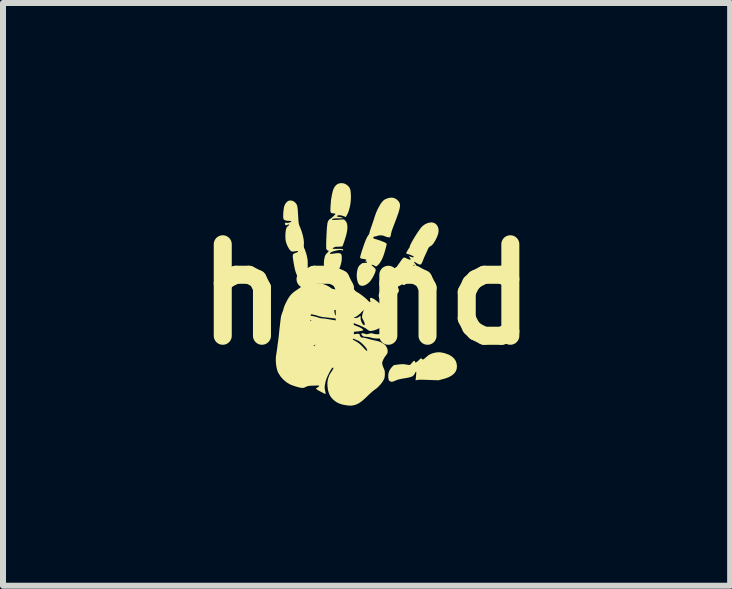
<source format=kicad_pcb>
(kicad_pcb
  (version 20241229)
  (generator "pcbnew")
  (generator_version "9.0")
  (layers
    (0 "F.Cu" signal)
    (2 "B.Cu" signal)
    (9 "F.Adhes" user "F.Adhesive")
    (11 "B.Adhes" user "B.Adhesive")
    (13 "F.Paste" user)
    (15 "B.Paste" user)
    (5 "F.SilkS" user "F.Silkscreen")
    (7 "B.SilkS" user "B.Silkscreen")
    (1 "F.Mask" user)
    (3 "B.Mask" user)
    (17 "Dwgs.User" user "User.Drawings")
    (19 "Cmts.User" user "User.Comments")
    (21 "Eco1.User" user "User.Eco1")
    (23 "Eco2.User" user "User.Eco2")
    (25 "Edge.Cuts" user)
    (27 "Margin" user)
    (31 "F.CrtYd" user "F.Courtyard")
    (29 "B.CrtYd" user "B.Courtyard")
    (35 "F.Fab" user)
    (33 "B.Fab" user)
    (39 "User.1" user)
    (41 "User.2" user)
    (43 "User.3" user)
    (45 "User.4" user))
  (footprint "hand"
    (layer "F.Cu")
    (at 3.055 1.853)
    (property "Reference" "hand" (at 0 0 0) (layer "F.SilkS") (effects (font (size 1.524 1.524) (thickness 0.3))))
    (attr board_only exclude_from_pos_files exclude_from_bom)
    (fp_poly (pts (xy -0.048 0.65) (xy -0.024 0.657) (xy -0.007 0.663) (xy 0.006 0.664) (xy 0.021 0.661) (xy 0.034 0.657) (xy 0.06 0.65) (xy 0.082 0.648) (xy 0.103 0.651) (xy 0.118 0.656) (xy 0.144 0.662) (xy 0.178 0.664) (xy 0.194 0.664) (xy 0.218 0.663) (xy 0.233 0.663) (xy 0.241 0.665) (xy 0.245 0.67) (xy 0.247 0.677) (xy 0.248 0.696) (xy 0.242 0.715) (xy 0.232 0.728) (xy 0.229 0.73) (xy 0.214 0.734) (xy 0.191 0.736) (xy 0.163 0.735) (xy 0.134 0.733) (xy 0.107 0.729) (xy 0.085 0.724) (xy 0.082 0.723) (xy 0.059 0.716) (xy 0.03 0.711) (xy 0.009 0.708) (xy -0.014 0.706) (xy -0.033 0.705) (xy -0.044 0.703) (xy -0.058 0.696) (xy -0.073 0.684) (xy -0.084 0.67) (xy -0.088 0.659) (xy -0.083 0.65) (xy -0.069 0.647)) (stroke (width 0) (type solid)) (fill yes) (layer "F.SilkS"))
    (fp_poly (pts (xy 1.25 0.968) (xy 1.298 0.979) (xy 1.318 0.985) (xy 1.374 1.006) (xy 1.42 1.034) (xy 1.457 1.067) (xy 1.484 1.106) (xy 1.5 1.15) (xy 1.506 1.198) (xy 1.506 1.2) (xy 1.501 1.244) (xy 1.485 1.284) (xy 1.458 1.32) (xy 1.42 1.351) (xy 1.372 1.378) (xy 1.313 1.4) (xy 1.27 1.412) (xy 1.197 1.431) (xy 1.062 1.426) (xy 1.011 1.424) (xy 0.97 1.423) (xy 0.938 1.422) (xy 0.913 1.421) (xy 0.893 1.422) (xy 0.878 1.422) (xy 0.864 1.423) (xy 0.852 1.425) (xy 0.845 1.426) (xy 0.816 1.431) (xy 0.82 1.4) (xy 0.824 1.359) (xy 0.827 1.328) (xy 0.828 1.307) (xy 0.828 1.294) (xy 0.826 1.289) (xy 0.824 1.289) (xy 0.818 1.293) (xy 0.81 1.306) (xy 0.806 1.314) (xy 0.795 1.334) (xy 0.783 1.35) (xy 0.769 1.362) (xy 0.749 1.372) (xy 0.723 1.38) (xy 0.689 1.388) (xy 0.65 1.395) (xy 0.601 1.403) (xy 0.562 1.411) (xy 0.531 1.418) (xy 0.506 1.426) (xy 0.486 1.434) (xy 0.477 1.438) (xy 0.447 1.451) (xy 0.423 1.456) (xy 0.402 1.453) (xy 0.397 1.451) (xy 0.382 1.442) (xy 0.372 1.429) (xy 0.366 1.411) (xy 0.362 1.383) (xy 0.362 1.382) (xy 0.362 1.333) (xy 0.374 1.285) (xy 0.397 1.242) (xy 0.427 1.205) (xy 0.456 1.178) (xy 0.529 1.168) (xy 0.562 1.165) (xy 0.587 1.163) (xy 0.608 1.162) (xy 0.628 1.164) (xy 0.651 1.167) (xy 0.656 1.168) (xy 0.681 1.172) (xy 0.702 1.175) (xy 0.716 1.176) (xy 0.719 1.177) (xy 0.727 1.172) (xy 0.739 1.161) (xy 0.754 1.144) (xy 0.756 1.141) (xy 0.772 1.122) (xy 0.784 1.111) (xy 0.794 1.107) (xy 0.796 1.107) (xy 0.806 1.112) (xy 0.807 1.122) (xy 0.809 1.132) (xy 0.817 1.135) (xy 0.831 1.129) (xy 0.848 1.117) (xy 0.868 1.099) (xy 0.875 1.092) (xy 0.892 1.075) (xy 0.906 1.067) (xy 0.916 1.068) (xy 0.926 1.077) (xy 0.926 1.077) (xy 0.933 1.086) (xy 0.942 1.085) (xy 0.948 1.082) (xy 0.959 1.074) (xy 0.975 1.061) (xy 0.991 1.047) (xy 1.024 1.019) (xy 1.056 0.999) (xy 1.091 0.984) (xy 1.126 0.974) (xy 1.168 0.966) (xy 1.208 0.964)) (stroke (width 0) (type solid)) (fill yes) (layer "F.SilkS"))
    (fp_poly (pts (xy -1.234 -1.558) (xy -1.204 -1.543) (xy -1.179 -1.519) (xy -1.167 -1.502) (xy -1.162 -1.493) (xy -1.158 -1.484) (xy -1.155 -1.472) (xy -1.152 -1.457) (xy -1.149 -1.438) (xy -1.146 -1.412) (xy -1.144 -1.379) (xy -1.141 -1.337) (xy -1.138 -1.286) (xy -1.136 -1.259) (xy -1.134 -1.225) (xy -1.131 -1.199) (xy -1.128 -1.179) (xy -1.124 -1.161) (xy -1.117 -1.143) (xy -1.108 -1.12) (xy -1.107 -1.118) (xy -1.081 -1.05) (xy -1.062 -0.985) (xy -1.049 -0.924) (xy -1.043 -0.869) (xy -1.044 -0.829) (xy -1.045 -0.806) (xy -1.044 -0.789) (xy -1.039 -0.772) (xy -1.03 -0.752) (xy -1.022 -0.731) (xy -1.012 -0.702) (xy -1.002 -0.67) (xy -0.996 -0.647) (xy -0.99 -0.619) (xy -0.985 -0.595) (xy -0.982 -0.572) (xy -0.98 -0.546) (xy -0.98 -0.515) (xy -0.98 -0.485) (xy -0.98 -0.447) (xy -0.981 -0.419) (xy -0.982 -0.397) (xy -0.985 -0.381) (xy -0.989 -0.367) (xy -0.99 -0.362) (xy -1.006 -0.332) (xy -1.026 -0.307) (xy -1.049 -0.289) (xy -1.073 -0.279) (xy -1.096 -0.279) (xy -1.1 -0.28) (xy -1.126 -0.29) (xy -1.144 -0.3) (xy -1.156 -0.314) (xy -1.164 -0.329) (xy -1.177 -0.363) (xy -1.19 -0.405) (xy -1.201 -0.454) (xy -1.212 -0.513) (xy -1.223 -0.581) (xy -1.228 -0.616) (xy -1.229 -0.641) (xy -1.226 -0.659) (xy -1.219 -0.672) (xy -1.205 -0.681) (xy -1.185 -0.69) (xy -1.176 -0.692) (xy -1.154 -0.702) (xy -1.143 -0.711) (xy -1.142 -0.714) (xy -1.142 -0.721) (xy -1.147 -0.723) (xy -1.16 -0.722) (xy -1.166 -0.721) (xy -1.197 -0.716) (xy -1.219 -0.714) (xy -1.235 -0.713) (xy -1.246 -0.715) (xy -1.255 -0.72) (xy -1.265 -0.728) (xy -1.267 -0.729) (xy -1.281 -0.745) (xy -1.297 -0.769) (xy -1.312 -0.797) (xy -1.314 -0.8) (xy -1.331 -0.839) (xy -1.343 -0.876) (xy -1.35 -0.915) (xy -1.352 -0.959) (xy -1.351 -1.009) (xy -1.347 -1.053) (xy -1.341 -1.086) (xy -1.332 -1.111) (xy -1.32 -1.129) (xy -1.306 -1.14) (xy -1.294 -1.15) (xy -1.289 -1.158) (xy -1.292 -1.164) (xy -1.298 -1.165) (xy -1.309 -1.162) (xy -1.324 -1.155) (xy -1.324 -1.155) (xy -1.34 -1.15) (xy -1.352 -1.155) (xy -1.358 -1.17) (xy -1.359 -1.178) (xy -1.358 -1.189) (xy -1.353 -1.193) (xy -1.342 -1.193) (xy -1.337 -1.192) (xy -1.317 -1.191) (xy -1.295 -1.194) (xy -1.275 -1.199) (xy -1.26 -1.206) (xy -1.254 -1.214) (xy -1.254 -1.219) (xy -1.259 -1.222) (xy -1.272 -1.223) (xy -1.293 -1.224) (xy -1.294 -1.224) (xy -1.332 -1.227) (xy -1.36 -1.235) (xy -1.378 -1.248) (xy -1.383 -1.254) (xy -1.386 -1.268) (xy -1.388 -1.29) (xy -1.388 -1.319) (xy -1.387 -1.352) (xy -1.384 -1.386) (xy -1.38 -1.419) (xy -1.376 -1.447) (xy -1.371 -1.467) (xy -1.356 -1.503) (xy -1.335 -1.532) (xy -1.312 -1.552) (xy -1.296 -1.56) (xy -1.265 -1.564)) (stroke (width 0) (type solid)) (fill yes) (layer "F.SilkS"))
    (fp_poly (pts (xy 0.468 -1.601) (xy 0.502 -1.581) (xy 0.512 -1.573) (xy 0.538 -1.544) (xy 0.553 -1.515) (xy 0.558 -1.481) (xy 0.556 -1.459) (xy 0.551 -1.43) (xy 0.541 -1.391) (xy 0.526 -1.343) (xy 0.506 -1.287) (xy 0.482 -1.223) (xy 0.468 -1.186) (xy 0.451 -1.142) (xy 0.438 -1.107) (xy 0.428 -1.079) (xy 0.42 -1.056) (xy 0.414 -1.036) (xy 0.41 -1.016) (xy 0.406 -0.997) (xy 0.401 -0.972) (xy 0.394 -0.956) (xy 0.383 -0.95) (xy 0.366 -0.95) (xy 0.343 -0.955) (xy 0.32 -0.962) (xy 0.301 -0.969) (xy 0.29 -0.974) (xy 0.276 -0.979) (xy 0.254 -0.982) (xy 0.23 -0.983) (xy 0.206 -0.981) (xy 0.187 -0.978) (xy 0.179 -0.974) (xy 0.165 -0.968) (xy 0.149 -0.965) (xy 0.127 -0.963) (xy 0.115 -0.956) (xy 0.112 -0.947) (xy 0.114 -0.937) (xy 0.123 -0.929) (xy 0.14 -0.923) (xy 0.159 -0.918) (xy 0.18 -0.912) (xy 0.206 -0.903) (xy 0.236 -0.893) (xy 0.265 -0.881) (xy 0.292 -0.871) (xy 0.312 -0.861) (xy 0.321 -0.856) (xy 0.332 -0.846) (xy 0.335 -0.836) (xy 0.334 -0.827) (xy 0.33 -0.809) (xy 0.323 -0.784) (xy 0.316 -0.754) (xy 0.309 -0.731) (xy 0.29 -0.667) (xy 0.27 -0.613) (xy 0.248 -0.567) (xy 0.223 -0.526) (xy 0.21 -0.509) (xy 0.194 -0.492) (xy 0.178 -0.477) (xy 0.165 -0.468) (xy 0.158 -0.465) (xy 0.15 -0.468) (xy 0.137 -0.475) (xy 0.13 -0.48) (xy 0.112 -0.489) (xy 0.097 -0.493) (xy 0.093 -0.493) (xy 0.079 -0.491) (xy 0.096 -0.476) (xy 0.111 -0.463) (xy 0.128 -0.447) (xy 0.134 -0.441) (xy 0.146 -0.428) (xy 0.151 -0.417) (xy 0.152 -0.403) (xy 0.151 -0.395) (xy 0.145 -0.373) (xy 0.134 -0.344) (xy 0.119 -0.312) (xy 0.101 -0.279) (xy 0.082 -0.249) (xy 0.065 -0.223) (xy 0.058 -0.215) (xy 0.027 -0.185) (xy -0.006 -0.163) (xy -0.038 -0.148) (xy -0.068 -0.142) (xy -0.095 -0.145) (xy -0.117 -0.156) (xy -0.135 -0.178) (xy -0.148 -0.209) (xy -0.158 -0.247) (xy -0.163 -0.289) (xy -0.163 -0.335) (xy -0.158 -0.381) (xy -0.156 -0.393) (xy -0.147 -0.428) (xy -0.137 -0.454) (xy -0.123 -0.476) (xy -0.102 -0.496) (xy -0.095 -0.502) (xy -0.078 -0.515) (xy -0.064 -0.521) (xy -0.046 -0.524) (xy -0.036 -0.524) (xy -0.016 -0.525) (xy -0.001 -0.527) (xy 0.005 -0.529) (xy 0.01 -0.536) (xy 0.006 -0.543) (xy -0.006 -0.547) (xy -0.009 -0.547) (xy -0.021 -0.55) (xy -0.022 -0.555) (xy -0.013 -0.562) (xy -0.011 -0.562) (xy -0.003 -0.568) (xy -0.002 -0.573) (xy -0.007 -0.579) (xy -0.02 -0.584) (xy -0.042 -0.589) (xy -0.067 -0.592) (xy -0.088 -0.596) (xy -0.1 -0.601) (xy -0.106 -0.608) (xy -0.106 -0.61) (xy -0.107 -0.618) (xy -0.103 -0.635) (xy -0.097 -0.659) (xy -0.087 -0.694) (xy -0.073 -0.738) (xy -0.065 -0.76) (xy -0.046 -0.817) (xy -0.029 -0.865) (xy -0.014 -0.903) (xy -0.000152 -0.934) (xy 0.012 -0.958) (xy 0.024 -0.977) (xy 0.031 -0.986) (xy 0.042 -1.003) (xy 0.049 -1.024) (xy 0.05 -1.029) (xy 0.053 -1.044) (xy 0.06 -1.067) (xy 0.069 -1.095) (xy 0.08 -1.125) (xy 0.082 -1.132) (xy 0.095 -1.169) (xy 0.109 -1.211) (xy 0.123 -1.252) (xy 0.132 -1.283) (xy 0.159 -1.36) (xy 0.19 -1.429) (xy 0.226 -1.493) (xy 0.233 -1.505) (xy 0.256 -1.536) (xy 0.277 -1.56) (xy 0.298 -1.577) (xy 0.325 -1.59) (xy 0.344 -1.598) (xy 0.39 -1.61) (xy 0.43 -1.611)) (stroke (width 0) (type solid)) (fill yes) (layer "F.SilkS"))
    (fp_poly (pts (xy -0.376 -1.848) (xy -0.339 -1.831) (xy -0.306 -1.804) (xy -0.301 -1.799) (xy -0.288 -1.782) (xy -0.278 -1.765) (xy -0.271 -1.746) (xy -0.266 -1.723) (xy -0.263 -1.693) (xy -0.261 -1.654) (xy -0.26 -1.649) (xy -0.261 -1.589) (xy -0.266 -1.527) (xy -0.276 -1.467) (xy -0.29 -1.411) (xy -0.307 -1.361) (xy -0.327 -1.32) (xy -0.329 -1.316) (xy -0.347 -1.288) (xy -0.369 -1.298) (xy -0.408 -1.312) (xy -0.442 -1.318) (xy -0.469 -1.317) (xy -0.483 -1.312) (xy -0.493 -1.304) (xy -0.491 -1.298) (xy -0.478 -1.293) (xy -0.466 -1.291) (xy -0.444 -1.288) (xy -0.422 -1.283) (xy -0.416 -1.282) (xy -0.399 -1.277) (xy -0.394 -1.272) (xy -0.4 -1.269) (xy -0.417 -1.267) (xy -0.444 -1.266) (xy -0.466 -1.267) (xy -0.507 -1.266) (xy -0.539 -1.264) (xy -0.561 -1.259) (xy -0.573 -1.252) (xy -0.575 -1.245) (xy -0.573 -1.242) (xy -0.568 -1.241) (xy -0.558 -1.24) (xy -0.542 -1.24) (xy -0.519 -1.241) (xy -0.488 -1.242) (xy -0.448 -1.245) (xy -0.376 -1.249) (xy -0.356 -1.23) (xy -0.337 -1.206) (xy -0.325 -1.175) (xy -0.319 -1.138) (xy -0.319 -1.094) (xy -0.326 -1.042) (xy -0.34 -0.982) (xy -0.361 -0.913) (xy -0.369 -0.888) (xy -0.379 -0.859) (xy -0.388 -0.834) (xy -0.395 -0.814) (xy -0.4 -0.803) (xy -0.401 -0.802) (xy -0.411 -0.798) (xy -0.431 -0.795) (xy -0.463 -0.794) (xy -0.464 -0.794) (xy -0.492 -0.794) (xy -0.512 -0.792) (xy -0.527 -0.789) (xy -0.54 -0.783) (xy -0.544 -0.781) (xy -0.557 -0.772) (xy -0.565 -0.764) (xy -0.566 -0.762) (xy -0.559 -0.759) (xy -0.542 -0.758) (xy -0.516 -0.758) (xy -0.489 -0.758) (xy -0.451 -0.759) (xy -0.423 -0.757) (xy -0.404 -0.754) (xy -0.393 -0.749) (xy -0.389 -0.741) (xy -0.388 -0.738) (xy -0.391 -0.731) (xy -0.401 -0.732) (xy -0.401 -0.732) (xy -0.42 -0.738) (xy -0.437 -0.74) (xy -0.455 -0.739) (xy -0.479 -0.735) (xy -0.488 -0.733) (xy -0.527 -0.724) (xy -0.56 -0.714) (xy -0.585 -0.704) (xy -0.601 -0.694) (xy -0.606 -0.688) (xy -0.609 -0.678) (xy -0.607 -0.674) (xy -0.6 -0.674) (xy -0.583 -0.675) (xy -0.56 -0.678) (xy -0.537 -0.681) (xy -0.496 -0.686) (xy -0.464 -0.687) (xy -0.442 -0.683) (xy -0.426 -0.674) (xy -0.417 -0.658) (xy -0.413 -0.635) (xy -0.412 -0.611) (xy -0.415 -0.559) (xy -0.426 -0.507) (xy -0.442 -0.457) (xy -0.463 -0.412) (xy -0.488 -0.373) (xy -0.517 -0.342) (xy -0.534 -0.329) (xy -0.565 -0.315) (xy -0.597 -0.312) (xy -0.631 -0.32) (xy -0.645 -0.326) (xy -0.666 -0.338) (xy -0.681 -0.352) (xy -0.692 -0.372) (xy -0.7 -0.398) (xy -0.706 -0.434) (xy -0.706 -0.437) (xy -0.711 -0.503) (xy -0.708 -0.564) (xy -0.698 -0.619) (xy -0.697 -0.623) (xy -0.688 -0.648) (xy -0.677 -0.667) (xy -0.66 -0.686) (xy -0.658 -0.688) (xy -0.639 -0.707) (xy -0.631 -0.72) (xy -0.632 -0.728) (xy -0.64 -0.73) (xy -0.652 -0.734) (xy -0.662 -0.742) (xy -0.666 -0.748) (xy -0.669 -0.755) (xy -0.671 -0.766) (xy -0.672 -0.782) (xy -0.672 -0.805) (xy -0.672 -0.838) (xy -0.672 -0.852) (xy -0.671 -0.892) (xy -0.669 -0.939) (xy -0.667 -0.989) (xy -0.664 -1.037) (xy -0.663 -1.068) (xy -0.659 -1.117) (xy -0.655 -1.155) (xy -0.651 -1.185) (xy -0.645 -1.208) (xy -0.637 -1.226) (xy -0.627 -1.24) (xy -0.615 -1.251) (xy -0.605 -1.258) (xy -0.588 -1.27) (xy -0.569 -1.286) (xy -0.55 -1.303) (xy -0.534 -1.319) (xy -0.522 -1.332) (xy -0.518 -1.339) (xy -0.518 -1.34) (xy -0.523 -1.344) (xy -0.537 -1.347) (xy -0.55 -1.349) (xy -0.569 -1.351) (xy -0.584 -1.354) (xy -0.593 -1.361) (xy -0.599 -1.372) (xy -0.602 -1.39) (xy -0.602 -1.415) (xy -0.6 -1.451) (xy -0.6 -1.466) (xy -0.597 -1.501) (xy -0.595 -1.535) (xy -0.592 -1.566) (xy -0.589 -1.589) (xy -0.588 -1.595) (xy -0.583 -1.621) (xy -0.579 -1.647) (xy -0.576 -1.661) (xy -0.563 -1.719) (xy -0.546 -1.766) (xy -0.524 -1.802) (xy -0.498 -1.828) (xy -0.466 -1.845) (xy -0.43 -1.853) (xy -0.417 -1.853)) (stroke (width 0) (type solid)) (fill yes) (layer "F.SilkS"))
    (fp_poly (pts (xy 1.109 -1.195) (xy 1.142 -1.181) (xy 1.168 -1.158) (xy 1.187 -1.128) (xy 1.198 -1.092) (xy 1.2 -1.052) (xy 1.193 -1.009) (xy 1.185 -0.986) (xy 1.17 -0.948) (xy 1.152 -0.911) (xy 1.133 -0.878) (xy 1.114 -0.849) (xy 1.097 -0.827) (xy 1.082 -0.813) (xy 1.078 -0.811) (xy 1.064 -0.803) (xy 1.049 -0.792) (xy 1.036 -0.78) (xy 1.03 -0.771) (xy 1.029 -0.77) (xy 1.027 -0.763) (xy 1.02 -0.747) (xy 1.01 -0.726) (xy 0.998 -0.699) (xy 0.994 -0.69) (xy 0.979 -0.658) (xy 0.964 -0.625) (xy 0.951 -0.594) (xy 0.941 -0.57) (xy 0.941 -0.569) (xy 0.929 -0.538) (xy 0.918 -0.517) (xy 0.909 -0.504) (xy 0.899 -0.498) (xy 0.888 -0.497) (xy 0.883 -0.497) (xy 0.867 -0.503) (xy 0.847 -0.513) (xy 0.834 -0.521) (xy 0.814 -0.533) (xy 0.799 -0.54) (xy 0.79 -0.542) (xy 0.788 -0.539) (xy 0.792 -0.534) (xy 0.8 -0.522) (xy 0.813 -0.505) (xy 0.815 -0.503) (xy 0.831 -0.479) (xy 0.84 -0.462) (xy 0.84 -0.451) (xy 0.833 -0.447) (xy 0.825 -0.452) (xy 0.815 -0.463) (xy 0.812 -0.467) (xy 0.8 -0.483) (xy 0.788 -0.492) (xy 0.779 -0.492) (xy 0.778 -0.491) (xy 0.779 -0.485) (xy 0.784 -0.471) (xy 0.793 -0.453) (xy 0.793 -0.452) (xy 0.803 -0.433) (xy 0.809 -0.416) (xy 0.812 -0.407) (xy 0.808 -0.391) (xy 0.799 -0.369) (xy 0.784 -0.342) (xy 0.766 -0.312) (xy 0.746 -0.28) (xy 0.725 -0.25) (xy 0.705 -0.223) (xy 0.686 -0.201) (xy 0.678 -0.193) (xy 0.66 -0.177) (xy 0.644 -0.165) (xy 0.632 -0.158) (xy 0.622 -0.154) (xy 0.613 -0.157) (xy 0.601 -0.166) (xy 0.598 -0.168) (xy 0.576 -0.187) (xy 0.551 -0.205) (xy 0.525 -0.221) (xy 0.502 -0.233) (xy 0.484 -0.24) (xy 0.477 -0.241) (xy 0.463 -0.239) (xy 0.46 -0.232) (xy 0.466 -0.22) (xy 0.479 -0.206) (xy 0.492 -0.192) (xy 0.499 -0.178) (xy 0.5 -0.173) (xy 0.503 -0.161) (xy 0.509 -0.144) (xy 0.515 -0.132) (xy 0.528 -0.106) (xy 0.536 -0.083) (xy 0.539 -0.064) (xy 0.535 -0.045) (xy 0.524 -0.026) (xy 0.507 -0.005) (xy 0.481 0.019) (xy 0.446 0.048) (xy 0.432 0.059) (xy 0.41 0.076) (xy 0.387 0.091) (xy 0.369 0.103) (xy 0.365 0.104) (xy 0.335 0.115) (xy 0.303 0.118) (xy 0.273 0.114) (xy 0.254 0.105) (xy 0.226 0.083) (xy 0.209 0.055) (xy 0.202 0.024) (xy 0.206 -0.005) (xy 0.213 -0.026) (xy 0.225 -0.051) (xy 0.241 -0.081) (xy 0.26 -0.113) (xy 0.28 -0.144) (xy 0.301 -0.174) (xy 0.321 -0.201) (xy 0.338 -0.221) (xy 0.352 -0.234) (xy 0.358 -0.238) (xy 0.368 -0.246) (xy 0.373 -0.258) (xy 0.376 -0.268) (xy 0.381 -0.273) (xy 0.392 -0.274) (xy 0.41 -0.274) (xy 0.43 -0.275) (xy 0.441 -0.277) (xy 0.445 -0.282) (xy 0.446 -0.284) (xy 0.442 -0.294) (xy 0.433 -0.3) (xy 0.422 -0.306) (xy 0.419 -0.314) (xy 0.421 -0.326) (xy 0.431 -0.346) (xy 0.433 -0.351) (xy 0.441 -0.365) (xy 0.455 -0.387) (xy 0.474 -0.415) (xy 0.495 -0.446) (xy 0.517 -0.479) (xy 0.54 -0.512) (xy 0.561 -0.542) (xy 0.579 -0.568) (xy 0.594 -0.587) (xy 0.598 -0.592) (xy 0.608 -0.604) (xy 0.617 -0.611) (xy 0.628 -0.613) (xy 0.642 -0.61) (xy 0.663 -0.601) (xy 0.682 -0.592) (xy 0.701 -0.584) (xy 0.717 -0.578) (xy 0.725 -0.577) (xy 0.734 -0.58) (xy 0.734 -0.59) (xy 0.727 -0.604) (xy 0.72 -0.613) (xy 0.709 -0.626) (xy 0.709 -0.633) (xy 0.718 -0.633) (xy 0.735 -0.627) (xy 0.756 -0.621) (xy 0.773 -0.618) (xy 0.785 -0.619) (xy 0.788 -0.623) (xy 0.783 -0.631) (xy 0.769 -0.64) (xy 0.749 -0.65) (xy 0.725 -0.66) (xy 0.701 -0.668) (xy 0.698 -0.668) (xy 0.677 -0.674) (xy 0.666 -0.678) (xy 0.662 -0.683) (xy 0.662 -0.69) (xy 0.662 -0.69) (xy 0.667 -0.702) (xy 0.676 -0.719) (xy 0.687 -0.738) (xy 0.698 -0.756) (xy 0.707 -0.769) (xy 0.712 -0.774) (xy 0.717 -0.782) (xy 0.718 -0.788) (xy 0.721 -0.803) (xy 0.73 -0.825) (xy 0.744 -0.855) (xy 0.763 -0.889) (xy 0.785 -0.927) (xy 0.809 -0.967) (xy 0.835 -1.008) (xy 0.861 -1.047) (xy 0.887 -1.084) (xy 0.908 -1.112) (xy 0.936 -1.141) (xy 0.97 -1.165) (xy 1.008 -1.184) (xy 1.046 -1.195) (xy 1.083 -1.199)) (stroke (width 0) (type solid)) (fill yes) (layer "F.SilkS"))
    (fp_poly (pts (xy -0.764 -0.182) (xy -0.749 -0.18) (xy -0.734 -0.176) (xy -0.717 -0.17) (xy -0.712 -0.168) (xy -0.671 -0.153) (xy -0.637 -0.136) (xy -0.604 -0.115) (xy -0.593 -0.107) (xy -0.578 -0.097) (xy -0.563 -0.091) (xy -0.546 -0.087) (xy -0.523 -0.085) (xy -0.517 -0.084) (xy -0.485 -0.084) (xy -0.454 -0.085) (xy -0.432 -0.088) (xy -0.412 -0.091) (xy -0.384 -0.094) (xy -0.352 -0.096) (xy -0.323 -0.098) (xy -0.291 -0.1) (xy -0.269 -0.1) (xy -0.253 -0.099) (xy -0.24 -0.096) (xy -0.229 -0.092) (xy -0.222 -0.089) (xy -0.205 -0.079) (xy -0.194 -0.069) (xy -0.191 -0.064) (xy -0.184 -0.055) (xy -0.17 -0.045) (xy -0.157 -0.037) (xy -0.13 -0.022) (xy -0.099 -0.000349) (xy -0.065 0.025) (xy -0.031 0.052) (xy -0.002 0.078) (xy 0.014 0.093) (xy 0.036 0.115) (xy 0.051 0.127) (xy 0.061 0.128) (xy 0.065 0.12) (xy 0.062 0.102) (xy 0.059 0.088) (xy 0.057 0.071) (xy 0.062 0.061) (xy 0.073 0.058) (xy 0.089 0.061) (xy 0.11 0.07) (xy 0.134 0.084) (xy 0.16 0.103) (xy 0.188 0.125) (xy 0.216 0.15) (xy 0.243 0.177) (xy 0.268 0.206) (xy 0.291 0.236) (xy 0.303 0.254) (xy 0.313 0.271) (xy 0.32 0.286) (xy 0.324 0.3) (xy 0.326 0.319) (xy 0.328 0.345) (xy 0.328 0.351) (xy 0.329 0.379) (xy 0.329 0.398) (xy 0.327 0.413) (xy 0.323 0.428) (xy 0.315 0.444) (xy 0.313 0.448) (xy 0.287 0.494) (xy 0.257 0.53) (xy 0.232 0.551) (xy 0.203 0.568) (xy 0.17 0.584) (xy 0.136 0.596) (xy 0.103 0.605) (xy 0.073 0.609) (xy 0.05 0.608) (xy 0.044 0.606) (xy 0.031 0.599) (xy 0.014 0.587) (xy 0.001 0.577) (xy -0.018 0.564) (xy -0.045 0.549) (xy -0.081 0.532) (xy -0.126 0.512) (xy -0.181 0.491) (xy -0.246 0.467) (xy -0.288 0.452) (xy -0.327 0.439) (xy -0.373 0.428) (xy -0.424 0.417) (xy -0.483 0.407) (xy -0.55 0.398) (xy -0.627 0.389) (xy -0.633 0.388) (xy -0.212 0.388) (xy -0.206 0.392) (xy -0.193 0.394) (xy -0.183 0.394) (xy -0.161 0.392) (xy -0.142 0.384) (xy -0.13 0.377) (xy -0.116 0.366) (xy -0.105 0.36) (xy -0.101 0.359) (xy -0.099 0.364) (xy -0.099 0.377) (xy -0.099 0.384) (xy -0.097 0.423) (xy -0.083 0.462) (xy -0.071 0.484) (xy -0.057 0.502) (xy -0.045 0.512) (xy -0.035 0.511) (xy -0.03 0.502) (xy -0.029 0.494) (xy -0.032 0.48) (xy -0.04 0.46) (xy -0.05 0.438) (xy -0.053 0.432) (xy -0.065 0.41) (xy -0.072 0.394) (xy -0.075 0.381) (xy -0.075 0.368) (xy -0.073 0.357) (xy -0.069 0.332) (xy -0.061 0.306) (xy -0.058 0.297) (xy -0.052 0.28) (xy -0.048 0.267) (xy -0.047 0.262) (xy -0.051 0.264) (xy -0.06 0.273) (xy -0.074 0.287) (xy -0.083 0.296) (xy -0.104 0.318) (xy -0.129 0.339) (xy -0.153 0.357) (xy -0.175 0.372) (xy -0.193 0.381) (xy -0.201 0.382) (xy -0.21 0.385) (xy -0.212 0.388) (xy -0.633 0.388) (xy -0.694 0.382) (xy -0.731 0.378) (xy -0.763 0.372) (xy -0.787 0.366) (xy -0.794 0.364) (xy -0.834 0.35) (xy -0.883 0.338) (xy -0.937 0.328) (xy -0.974 0.324) (xy -1.026 0.319) (xy -1.068 0.314) (xy -1.1 0.31) (xy -1.125 0.306) (xy -1.142 0.302) (xy -1.147 0.301) (xy -1.168 0.296) (xy -1.191 0.294) (xy -1.211 0.295) (xy -1.225 0.299) (xy -1.228 0.301) (xy -1.235 0.316) (xy -1.233 0.334) (xy -1.223 0.352) (xy -1.218 0.357) (xy -1.203 0.369) (xy -1.178 0.382) (xy -1.148 0.396) (xy -1.115 0.409) (xy -1.081 0.42) (xy -1.056 0.427) (xy -1.031 0.432) (xy -1.004 0.436) (xy -0.977 0.439) (xy -0.953 0.44) (xy -0.933 0.44) (xy -0.921 0.439) (xy -0.918 0.437) (xy -0.923 0.429) (xy -0.939 0.425) (xy -0.956 0.424) (xy -0.97 0.422) (xy -0.979 0.418) (xy -0.979 0.418) (xy -0.988 0.413) (xy -0.995 0.412) (xy -1.012 0.41) (xy -1.035 0.404) (xy -1.06 0.396) (xy -1.086 0.386) (xy -1.109 0.375) (xy -1.127 0.366) (xy -1.138 0.358) (xy -1.14 0.355) (xy -1.135 0.351) (xy -1.122 0.348) (xy -1.101 0.345) (xy -1.075 0.343) (xy -1.047 0.343) (xy -1.018 0.343) (xy -0.99 0.345) (xy -0.979 0.346) (xy -0.954 0.35) (xy -0.924 0.356) (xy -0.892 0.362) (xy -0.862 0.369) (xy -0.834 0.376) (xy -0.812 0.383) (xy -0.799 0.388) (xy -0.796 0.389) (xy -0.787 0.392) (xy -0.77 0.396) (xy -0.747 0.399) (xy -0.733 0.4) (xy -0.688 0.405) (xy -0.637 0.413) (xy -0.581 0.422) (xy -0.523 0.432) (xy -0.465 0.443) (xy -0.411 0.455) (xy -0.362 0.466) (xy -0.322 0.477) (xy -0.312 0.48) (xy -0.289 0.486) (xy -0.267 0.492) (xy -0.262 0.494) (xy -0.243 0.499) (xy -0.217 0.508) (xy -0.187 0.519) (xy -0.156 0.531) (xy -0.128 0.543) (xy -0.106 0.552) (xy -0.103 0.554) (xy -0.085 0.565) (xy -0.068 0.577) (xy -0.057 0.588) (xy -0.053 0.594) (xy -0.059 0.6) (xy -0.074 0.605) (xy -0.098 0.611) (xy -0.128 0.615) (xy -0.162 0.619) (xy -0.2 0.622) (xy -0.206 0.623) (xy -0.261 0.625) (xy -0.307 0.626) (xy -0.343 0.627) (xy -0.373 0.626) (xy -0.396 0.623) (xy -0.415 0.62) (xy -0.431 0.615) (xy -0.435 0.613) (xy -0.453 0.607) (xy -0.48 0.599) (xy -0.513 0.591) (xy -0.549 0.581) (xy -0.587 0.572) (xy -0.624 0.563) (xy -0.656 0.556) (xy -0.682 0.551) (xy -0.691 0.55) (xy -0.709 0.548) (xy -0.715 0.55) (xy -0.711 0.554) (xy -0.697 0.56) (xy -0.675 0.568) (xy -0.653 0.576) (xy -0.638 0.585) (xy -0.634 0.59) (xy -0.632 0.596) (xy -0.633 0.599) (xy -0.64 0.6) (xy -0.654 0.6) (xy -0.678 0.599) (xy -0.683 0.599) (xy -0.731 0.593) (xy -0.778 0.581) (xy -0.826 0.562) (xy -0.874 0.538) (xy -0.9 0.525) (xy -0.916 0.519) (xy -0.922 0.519) (xy -0.919 0.525) (xy -0.906 0.538) (xy -0.902 0.542) (xy -0.869 0.564) (xy -0.826 0.584) (xy -0.775 0.601) (xy -0.717 0.613) (xy -0.655 0.622) (xy -0.624 0.624) (xy -0.583 0.627) (xy -0.552 0.629) (xy -0.531 0.632) (xy -0.518 0.635) (xy -0.512 0.639) (xy -0.512 0.641) (xy -0.517 0.646) (xy -0.532 0.655) (xy -0.555 0.666) (xy -0.585 0.679) (xy -0.609 0.688) (xy -0.659 0.709) (xy -0.708 0.732) (xy -0.754 0.756) (xy -0.795 0.78) (xy -0.829 0.803) (xy -0.855 0.824) (xy -0.864 0.833) (xy -0.876 0.848) (xy -0.882 0.858) (xy -0.881 0.863) (xy -0.875 0.861) (xy -0.866 0.855) (xy -0.853 0.845) (xy -0.844 0.838) (xy -0.83 0.828) (xy -0.807 0.815) (xy -0.777 0.799) (xy -0.744 0.782) (xy -0.709 0.764) (xy -0.675 0.748) (xy -0.643 0.733) (xy -0.617 0.722) (xy -0.597 0.715) (xy -0.597 0.715) (xy -0.541 0.703) (xy -0.493 0.699) (xy -0.458 0.704) (xy -0.437 0.708) (xy -0.422 0.708) (xy -0.409 0.705) (xy -0.403 0.703) (xy -0.388 0.698) (xy -0.374 0.695) (xy -0.358 0.697) (xy -0.339 0.702) (xy -0.315 0.712) (xy -0.283 0.727) (xy -0.261 0.738) (xy -0.215 0.761) (xy -0.179 0.781) (xy -0.149 0.799) (xy -0.123 0.818) (xy -0.1 0.838) (xy -0.077 0.86) (xy -0.056 0.883) (xy -0.031 0.91) (xy -0.012 0.928) (xy 0.000336 0.938) (xy 0.008 0.94) (xy 0.011 0.935) (xy 0.012 0.931) (xy 0.007 0.916) (xy -0.005 0.896) (xy -0.023 0.873) (xy -0.045 0.849) (xy -0.069 0.824) (xy -0.094 0.802) (xy -0.118 0.784) (xy -0.138 0.771) (xy -0.147 0.768) (xy -0.164 0.761) (xy -0.187 0.752) (xy -0.212 0.739) (xy -0.238 0.727) (xy -0.26 0.715) (xy -0.277 0.705) (xy -0.282 0.701) (xy -0.292 0.69) (xy -0.291 0.683) (xy -0.283 0.68) (xy -0.266 0.675) (xy -0.243 0.67) (xy -0.216 0.665) (xy -0.19 0.661) (xy -0.165 0.658) (xy -0.147 0.656) (xy -0.144 0.656) (xy -0.13 0.657) (xy -0.121 0.661) (xy -0.115 0.673) (xy -0.112 0.681) (xy -0.104 0.7) (xy -0.095 0.712) (xy -0.082 0.718) (xy -0.062 0.721) (xy -0.055 0.722) (xy -0.032 0.725) (xy -0.003 0.731) (xy 0.024 0.739) (xy 0.047 0.746) (xy 0.079 0.754) (xy 0.113 0.762) (xy 0.141 0.768) (xy 0.171 0.775) (xy 0.199 0.782) (xy 0.221 0.789) (xy 0.235 0.795) (xy 0.235 0.795) (xy 0.254 0.806) (xy 0.275 0.817) (xy 0.279 0.82) (xy 0.307 0.84) (xy 0.329 0.868) (xy 0.344 0.9) (xy 0.352 0.933) (xy 0.351 0.965) (xy 0.347 0.979) (xy 0.341 0.991) (xy 0.329 1.009) (xy 0.316 1.025) (xy 0.295 1.056) (xy 0.277 1.09) (xy 0.264 1.123) (xy 0.26 1.141) (xy 0.261 1.155) (xy 0.265 1.174) (xy 0.273 1.199) (xy 0.282 1.221) (xy 0.293 1.247) (xy 0.3 1.267) (xy 0.304 1.283) (xy 0.305 1.3) (xy 0.305 1.321) (xy 0.305 1.336) (xy 0.303 1.363) (xy 0.3 1.383) (xy 0.296 1.4) (xy 0.288 1.419) (xy 0.279 1.435) (xy 0.255 1.472) (xy 0.224 1.51) (xy 0.189 1.546) (xy 0.153 1.576) (xy 0.138 1.586) (xy 0.123 1.597) (xy 0.102 1.614) (xy 0.076 1.637) (xy 0.047 1.663) (xy 0.018 1.691) (xy 0.012 1.697) (xy -0.038 1.744) (xy -0.082 1.781) (xy -0.123 1.81) (xy -0.163 1.831) (xy -0.202 1.844) (xy -0.242 1.852) (xy -0.284 1.853) (xy -0.331 1.848) (xy -0.338 1.847) (xy -0.398 1.836) (xy -0.449 1.82) (xy -0.494 1.799) (xy -0.534 1.771) (xy -0.557 1.751) (xy -0.59 1.715) (xy -0.616 1.673) (xy -0.634 1.624) (xy -0.644 1.584) (xy -0.65 1.534) (xy -0.652 1.485) (xy -0.648 1.439) (xy -0.639 1.399) (xy -0.632 1.38) (xy -0.625 1.363) (xy -0.621 1.348) (xy -0.616 1.338) (xy -0.605 1.32) (xy -0.592 1.299) (xy -0.585 1.289) (xy -0.567 1.262) (xy -0.556 1.242) (xy -0.552 1.229) (xy -0.554 1.222) (xy -0.557 1.22) (xy -0.566 1.221) (xy -0.577 1.231) (xy -0.591 1.251) (xy -0.608 1.28) (xy -0.628 1.317) (xy -0.652 1.368) (xy -0.671 1.414) (xy -0.684 1.459) (xy -0.693 1.505) (xy -0.694 1.513) (xy -0.697 1.537) (xy -0.697 1.558) (xy -0.695 1.58) (xy -0.689 1.607) (xy -0.689 1.608) (xy -0.684 1.634) (xy -0.682 1.649) (xy -0.682 1.657) (xy -0.685 1.659) (xy -0.693 1.657) (xy -0.709 1.649) (xy -0.731 1.638) (xy -0.757 1.624) (xy -0.77 1.617) (xy -0.802 1.6) (xy -0.823 1.587) (xy -0.836 1.577) (xy -0.84 1.569) (xy -0.837 1.562) (xy -0.827 1.556) (xy -0.812 1.548) (xy -0.798 1.539) (xy -0.79 1.529) (xy -0.789 1.527) (xy -0.789 1.523) (xy -0.791 1.52) (xy -0.797 1.519) (xy -0.809 1.518) (xy -0.828 1.518) (xy -0.856 1.519) (xy -0.882 1.52) (xy -0.917 1.521) (xy -0.944 1.523) (xy -0.963 1.525) (xy -0.978 1.528) (xy -0.991 1.532) (xy -1.004 1.538) (xy -1.013 1.542) (xy -1.034 1.552) (xy -1.05 1.557) (xy -1.065 1.558) (xy -1.083 1.557) (xy -1.112 1.552) (xy -1.148 1.543) (xy -1.187 1.532) (xy -1.225 1.519) (xy -1.259 1.506) (xy -1.275 1.499) (xy -1.332 1.465) (xy -1.384 1.421) (xy -1.43 1.37) (xy -1.467 1.313) (xy -1.478 1.291) (xy -1.49 1.255) (xy -1.5 1.212) (xy -1.507 1.163) (xy -1.511 1.113) (xy -1.511 1.065) (xy -1.508 1.023) (xy -1.506 1.013) (xy -1.503 0.995) (xy -1.499 0.968) (xy -1.494 0.934) (xy -1.488 0.894) (xy -1.483 0.851) (xy -1.477 0.808) (xy -1.471 0.766) (xy -1.466 0.727) (xy -1.462 0.695) (xy -1.46 0.67) (xy -1.459 0.668) (xy -1.454 0.612) (xy -1.448 0.558) (xy -1.442 0.508) (xy -1.437 0.463) (xy -1.432 0.424) (xy -1.428 0.393) (xy -1.425 0.372) (xy -1.423 0.365) (xy -1.418 0.346) (xy -1.41 0.321) (xy -1.401 0.296) (xy -1.4 0.294) (xy -1.391 0.27) (xy -1.386 0.253) (xy -0.538 0.253) (xy -0.536 0.278) (xy -0.533 0.304) (xy -0.528 0.327) (xy -0.523 0.342) (xy -0.513 0.352) (xy -0.5 0.353) (xy -0.489 0.346) (xy -0.485 0.338) (xy -0.483 0.323) (xy -0.484 0.303) (xy -0.485 0.292) (xy -0.488 0.27) (xy -0.491 0.242) (xy -0.493 0.221) (xy -0.496 0.2) (xy -0.5 0.184) (xy -0.504 0.178) (xy -0.511 0.181) (xy -0.52 0.193) (xy -0.528 0.211) (xy -0.535 0.232) (xy -0.536 0.235) (xy -0.538 0.253) (xy -1.386 0.253) (xy -1.384 0.247) (xy -1.38 0.229) (xy -1.379 0.228) (xy -1.376 0.215) (xy -1.367 0.194) (xy -1.367 0.192) (xy -0.851 0.192) (xy -0.848 0.22) (xy -0.841 0.242) (xy -0.83 0.252) (xy -0.817 0.253) (xy -0.806 0.245) (xy -0.802 0.237) (xy -0.801 0.223) (xy -0.802 0.203) (xy -0.805 0.186) (xy -0.808 0.142) (xy -0.806 0.121) (xy -0.803 0.104) (xy -0.802 0.092) (xy -0.802 0.09) (xy -0.808 0.091) (xy -0.82 0.097) (xy -0.82 0.097) (xy -0.833 0.112) (xy -0.843 0.135) (xy -0.849 0.163) (xy -0.851 0.192) (xy -1.367 0.192) (xy -1.356 0.167) (xy -1.342 0.138) (xy -1.335 0.125) (xy -1.31 0.077) (xy -1.285 0.038) (xy -1.259 0.005) (xy -1.23 -0.023) (xy -1.195 -0.051) (xy -1.17 -0.068) (xy -1.144 -0.085) (xy -1.121 -0.102) (xy -1.102 -0.115) (xy -1.092 -0.123) (xy -1.072 -0.138) (xy -1.049 -0.15) (xy -1.022 -0.16) (xy -0.988 -0.168) (xy -0.947 -0.173) (xy -0.897 -0.178) (xy -0.841 -0.181) (xy -0.807 -0.182) (xy -0.782 -0.182)) (stroke (width 0) (type solid)) (fill yes) (layer "F.SilkS")))
  (gr_rect
    (start -3 -3)
    (end 9.111 6.706)
    (stroke (width 0.1) (type default))
    (fill no)
    (layer "Edge.Cuts")))
</source>
